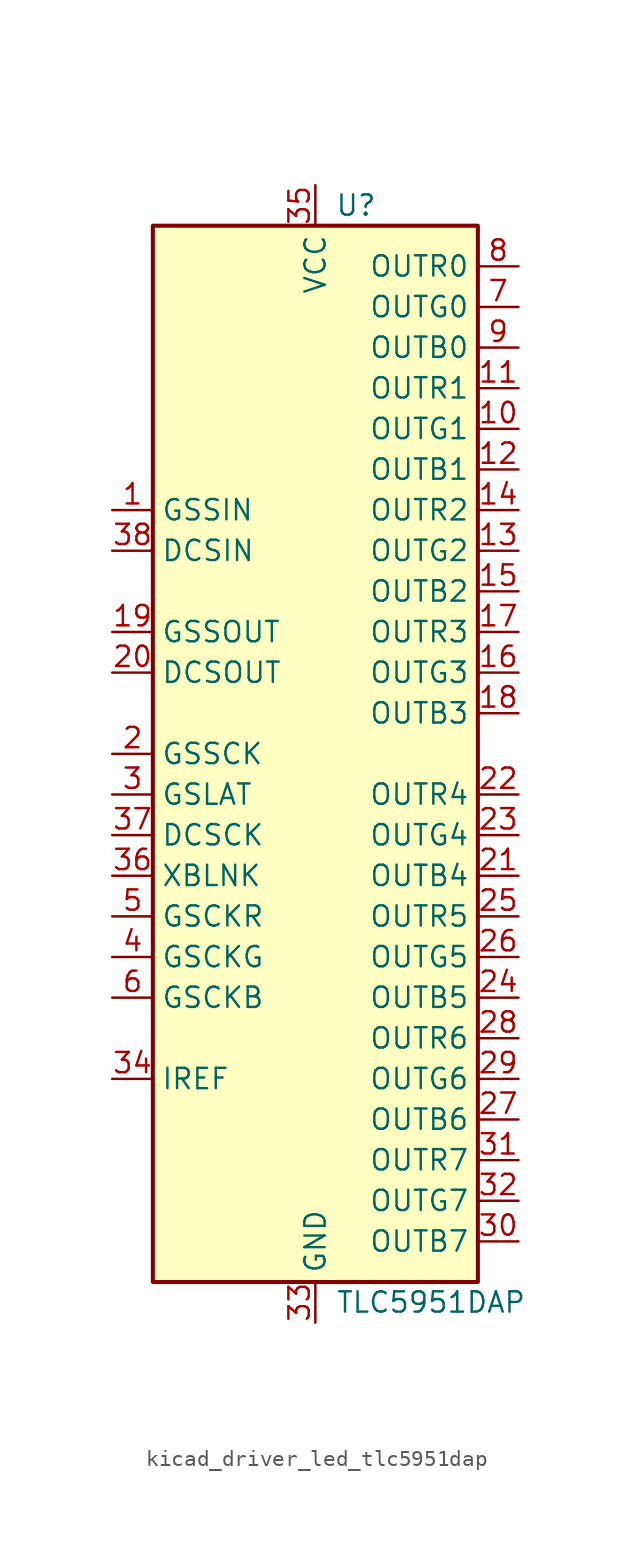
<source format=kicad_sym>
(kicad_symbol_lib
  (version 20220914)
  (generator kicad_symbol_editor)
  (symbol "kicad_driver_led_tlc5951dap"
    (property "Reference" "U"
      (at 2.54 34.29 0)
      (effects (font (size 1.27 1.27))))
    (property "Value" "TLC5951DAP"
      (at 1.27 -34.29 0)
      (effects (font (size 1.27 1.27)) (justify left)))
    (symbol "kicad_driver_led_tlc5951dap_0_1"
      (rectangle (start -10.16 33.02) (end 10.16 -33.02) (stroke (width 0.254) (type default)) (fill (type background)))
      (pin input line (at -12.7 15.24 0) (length 2.54) (name "GSSIN" (effects (font (size 1.27 1.27)))) (number "1" (effects (font (size 1.27 1.27)))))
      (pin open_collector line (at 12.7 20.32 180) (length 2.54) (name "OUTG1" (effects (font (size 1.27 1.27)))) (number "10" (effects (font (size 1.27 1.27)))))
      (pin open_collector line (at 12.7 22.86 180) (length 2.54) (name "OUTR1" (effects (font (size 1.27 1.27)))) (number "11" (effects (font (size 1.27 1.27)))))
      (pin open_collector line (at 12.7 17.78 180) (length 2.54) (name "OUTB1" (effects (font (size 1.27 1.27)))) (number "12" (effects (font (size 1.27 1.27)))))
      (pin open_collector line (at 12.7 12.7 180) (length 2.54) (name "OUTG2" (effects (font (size 1.27 1.27)))) (number "13" (effects (font (size 1.27 1.27)))))
      (pin open_collector line (at 12.7 15.24 180) (length 2.54) (name "OUTR2" (effects (font (size 1.27 1.27)))) (number "14" (effects (font (size 1.27 1.27)))))
      (pin open_collector line (at 12.7 10.16 180) (length 2.54) (name "OUTB2" (effects (font (size 1.27 1.27)))) (number "15" (effects (font (size 1.27 1.27)))))
      (pin open_collector line (at 12.7 5.08 180) (length 2.54) (name "OUTG3" (effects (font (size 1.27 1.27)))) (number "16" (effects (font (size 1.27 1.27)))))
      (pin open_collector line (at 12.7 7.62 180) (length 2.54) (name "OUTR3" (effects (font (size 1.27 1.27)))) (number "17" (effects (font (size 1.27 1.27)))))
      (pin open_collector line (at 12.7 2.54 180) (length 2.54) (name "OUTB3" (effects (font (size 1.27 1.27)))) (number "18" (effects (font (size 1.27 1.27)))))
      (pin input line (at -12.7 0 0) (length 2.54) (name "GSSCK" (effects (font (size 1.27 1.27)))) (number "2" (effects (font (size 1.27 1.27)))))
      (pin open_collector line (at 12.7 -7.62 180) (length 2.54) (name "OUTB4" (effects (font (size 1.27 1.27)))) (number "21" (effects (font (size 1.27 1.27)))))
      (pin open_collector line (at 12.7 -2.54 180) (length 2.54) (name "OUTR4" (effects (font (size 1.27 1.27)))) (number "22" (effects (font (size 1.27 1.27)))))
      (pin open_collector line (at 12.7 -5.08 180) (length 2.54) (name "OUTG4" (effects (font (size 1.27 1.27)))) (number "23" (effects (font (size 1.27 1.27)))))
      (pin open_collector line (at 12.7 -15.24 180) (length 2.54) (name "OUTB5" (effects (font (size 1.27 1.27)))) (number "24" (effects (font (size 1.27 1.27)))))
      (pin open_collector line (at 12.7 -10.16 180) (length 2.54) (name "OUTR5" (effects (font (size 1.27 1.27)))) (number "25" (effects (font (size 1.27 1.27)))))
      (pin open_collector line (at 12.7 -12.7 180) (length 2.54) (name "OUTG5" (effects (font (size 1.27 1.27)))) (number "26" (effects (font (size 1.27 1.27)))))
      (pin open_collector line (at 12.7 -22.86 180) (length 2.54) (name "OUTB6" (effects (font (size 1.27 1.27)))) (number "27" (effects (font (size 1.27 1.27)))))
      (pin open_collector line (at 12.7 -17.78 180) (length 2.54) (name "OUTR6" (effects (font (size 1.27 1.27)))) (number "28" (effects (font (size 1.27 1.27)))))
      (pin open_collector line (at 12.7 -20.32 180) (length 2.54) (name "OUTG6" (effects (font (size 1.27 1.27)))) (number "29" (effects (font (size 1.27 1.27)))))
      (pin input line (at -12.7 -2.54 0) (length 2.54) (name "GSLAT" (effects (font (size 1.27 1.27)))) (number "3" (effects (font (size 1.27 1.27)))))
      (pin open_collector line (at 12.7 -30.48 180) (length 2.54) (name "OUTB7" (effects (font (size 1.27 1.27)))) (number "30" (effects (font (size 1.27 1.27)))))
      (pin open_collector line (at 12.7 -25.4 180) (length 2.54) (name "OUTR7" (effects (font (size 1.27 1.27)))) (number "31" (effects (font (size 1.27 1.27)))))
      (pin open_collector line (at 12.7 -27.94 180) (length 2.54) (name "OUTG7" (effects (font (size 1.27 1.27)))) (number "32" (effects (font (size 1.27 1.27)))))
      (pin power_in line (at 0 -35.56 90) (length 2.54) (name "GND" (effects (font (size 1.27 1.27)))) (number "33" (effects (font (size 1.27 1.27)))))
      (pin passive line (at -12.7 -20.32 0) (length 2.54) (name "IREF" (effects (font (size 1.27 1.27)))) (number "34" (effects (font (size 1.27 1.27)))))
      (pin power_in line (at 0 35.56 270) (length 2.54) (name "VCC" (effects (font (size 1.27 1.27)))) (number "35" (effects (font (size 1.27 1.27)))))
      (pin input line (at -12.7 -7.62 0) (length 2.54) (name "XBLNK" (effects (font (size 1.27 1.27)))) (number "36" (effects (font (size 1.27 1.27)))))
      (pin input line (at -12.7 -5.08 0) (length 2.54) (name "DCSCK" (effects (font (size 1.27 1.27)))) (number "37" (effects (font (size 1.27 1.27)))))
      (pin input line (at -12.7 12.7 0) (length 2.54) (name "DCSIN" (effects (font (size 1.27 1.27)))) (number "38" (effects (font (size 1.27 1.27)))))
      (pin passive line (at 0 -35.56 90) (length 2.54) hide (name "GND" (effects (font (size 1.27 1.27)))) (number "39" (effects (font (size 1.27 1.27)))))
      (pin input line (at -12.7 -12.7 0) (length 2.54) (name "GSCKG" (effects (font (size 1.27 1.27)))) (number "4" (effects (font (size 1.27 1.27)))))
      (pin input line (at -12.7 -10.16 0) (length 2.54) (name "GSCKR" (effects (font (size 1.27 1.27)))) (number "5" (effects (font (size 1.27 1.27)))))
      (pin input line (at -12.7 -15.24 0) (length 2.54) (name "GSCKB" (effects (font (size 1.27 1.27)))) (number "6" (effects (font (size 1.27 1.27)))))
      (pin open_collector line (at 12.7 27.94 180) (length 2.54) (name "OUTG0" (effects (font (size 1.27 1.27)))) (number "7" (effects (font (size 1.27 1.27)))))
      (pin open_collector line (at 12.7 30.48 180) (length 2.54) (name "OUTR0" (effects (font (size 1.27 1.27)))) (number "8" (effects (font (size 1.27 1.27)))))
      (pin open_collector line (at 12.7 25.4 180) (length 2.54) (name "OUTB0" (effects (font (size 1.27 1.27)))) (number "9" (effects (font (size 1.27 1.27))))))
    (symbol "kicad_driver_led_tlc5951dap_1_1"
      (pin output line (at -12.7 7.62 0) (length 2.54) (name "GSSOUT" (effects (font (size 1.27 1.27)))) (number "19" (effects (font (size 1.27 1.27)))))
      (pin output line (at -12.7 5.08 0) (length 2.54) (name "DCSOUT" (effects (font (size 1.27 1.27)))) (number "20" (effects (font (size 1.27 1.27))))))))
</source>
